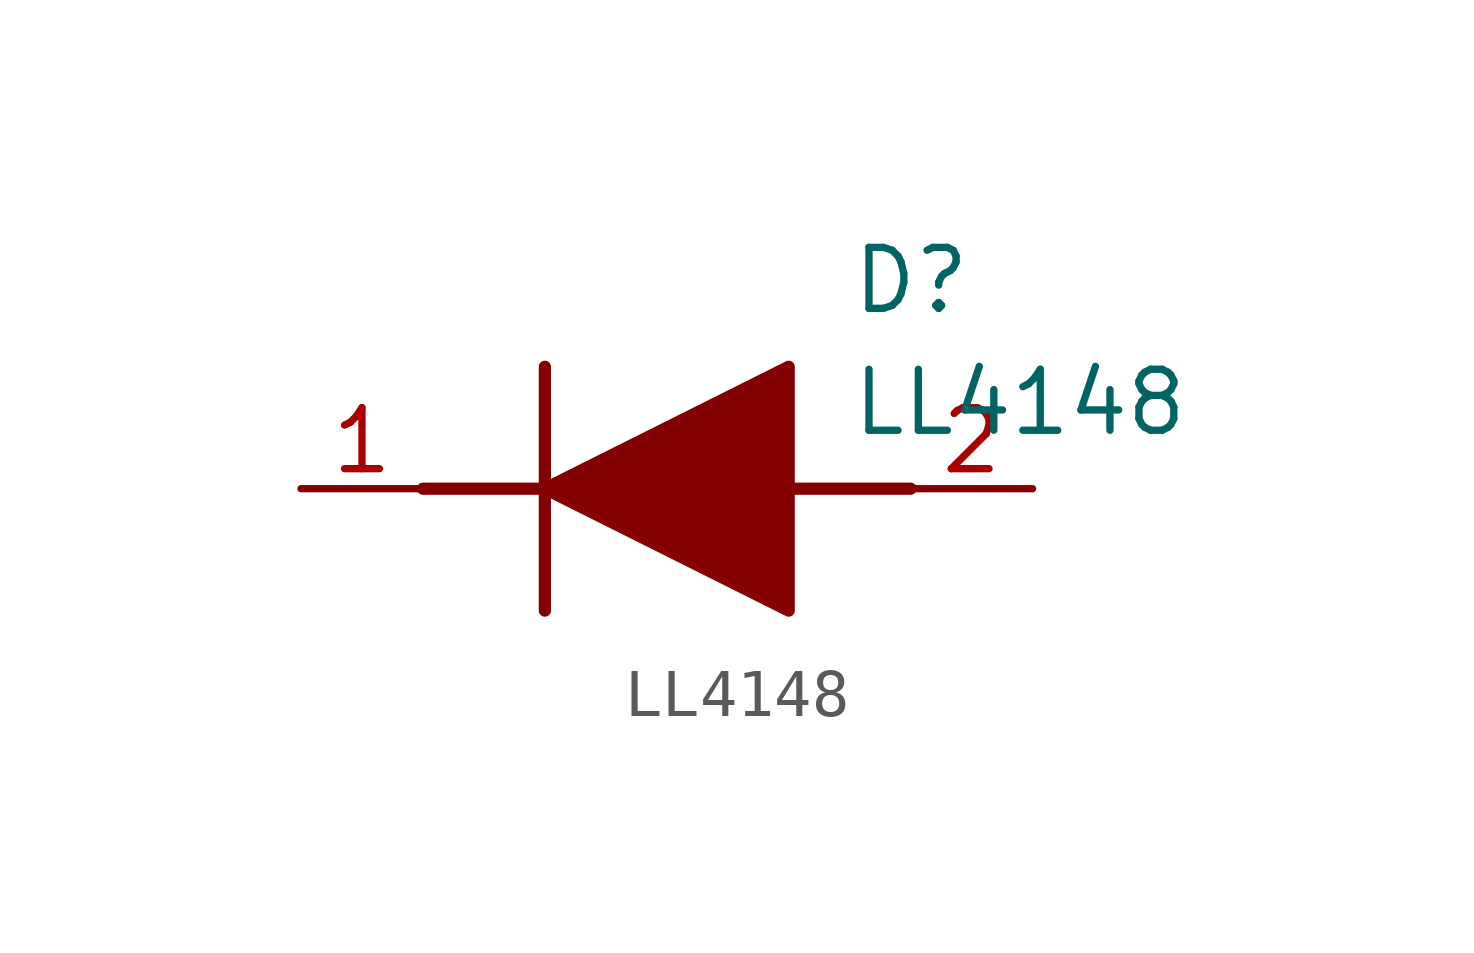
<source format=kicad_sym>
(kicad_symbol_lib
  (version 20211014)
  (generator SamacSys_ECAD_Model)
  (symbol "LL4148"
    (pin_names hide)
    (property "Reference" "D"
      (at 11.43 5.08 0)
      (effects (font (size 1.27 1.27)) (justify left top)))
    (property "Value" "LL4148"
      (at 11.43 2.54 0)
      (effects (font (size 1.27 1.27)) (justify left top)))
    (polyline
      (pts (xy 5.08 2.54) (xy 5.08 -2.54))
      (stroke (width 0.254) (type default))
      (fill (type none)))
    (polyline
      (pts (xy 2.54 0) (xy 5.08 0))
      (stroke (width 0.254) (type default))
      (fill (type none)))
    (polyline
      (pts (xy 10.16 0) (xy 12.7 0))
      (stroke (width 0.254) (type default))
      (fill (type none)))
    (polyline
      (pts (xy 5.08 0) (xy 10.16 2.54) (xy 10.16 -2.54) (xy 5.08 0))
      (stroke (width 0.254) (type default))
      (fill (type outline)))
    (pin passive line
      (at 0 0 0)
      (length 2.54)
      (name "K" (effects (font (size 1.27 1.27))))
      (number "1" (effects (font (size 1.27 1.27)))))
    (pin passive line
      (at 15.24 0 180)
      (length 2.54)
      (name "A" (effects (font (size 1.27 1.27))))
      (number "2" (effects (font (size 1.27 1.27)))))))
</source>
